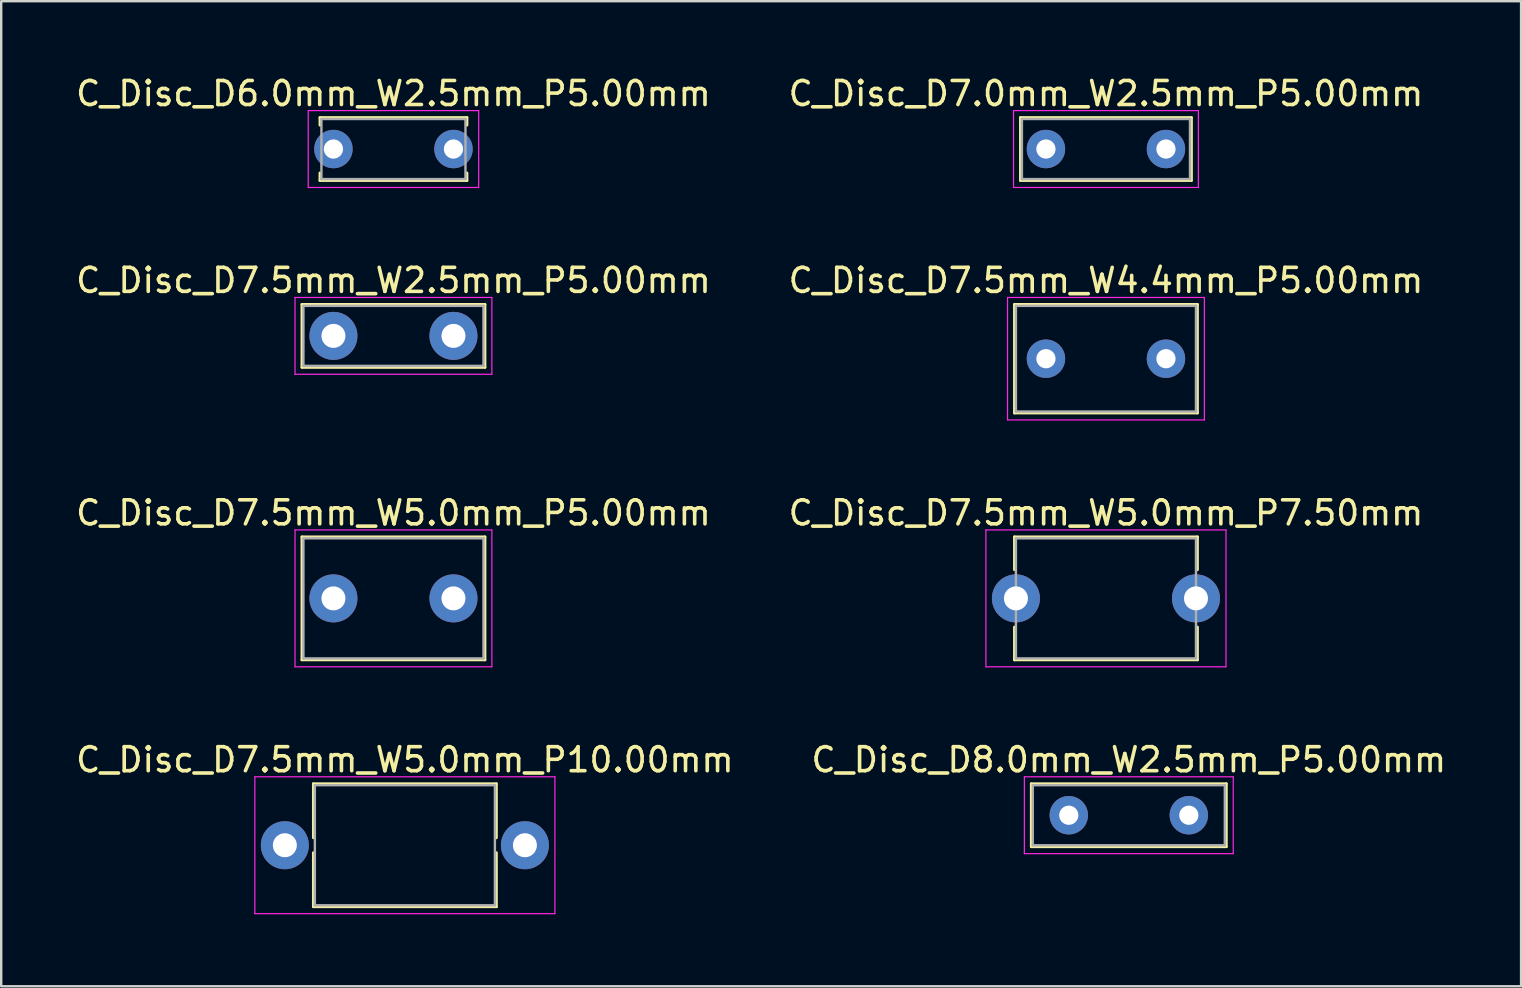
<source format=kicad_pcb>
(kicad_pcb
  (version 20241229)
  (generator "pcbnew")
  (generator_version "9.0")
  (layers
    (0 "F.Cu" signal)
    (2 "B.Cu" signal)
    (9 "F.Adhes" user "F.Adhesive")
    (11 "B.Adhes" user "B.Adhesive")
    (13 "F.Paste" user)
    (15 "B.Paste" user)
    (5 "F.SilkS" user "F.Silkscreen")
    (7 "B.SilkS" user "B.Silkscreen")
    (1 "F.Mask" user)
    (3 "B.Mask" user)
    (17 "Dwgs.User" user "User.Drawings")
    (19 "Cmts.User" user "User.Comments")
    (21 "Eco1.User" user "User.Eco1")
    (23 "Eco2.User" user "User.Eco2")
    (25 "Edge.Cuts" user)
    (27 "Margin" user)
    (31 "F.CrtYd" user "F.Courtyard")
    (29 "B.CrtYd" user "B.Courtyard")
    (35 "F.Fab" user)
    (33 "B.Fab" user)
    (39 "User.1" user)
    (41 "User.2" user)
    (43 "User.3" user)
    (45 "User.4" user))
  (footprint "C_Disc_D7.5mm_W5.0mm_P5.00mm"
    (layer "F.Cu")
    (at 10.839 21.875)
    (property "Reference" "C_Disc_D7.5mm_W5.0mm_P5.00mm" (at 2.5 -3.56 0) (layer "F.SilkS") (effects (font (size 1 1) (thickness 0.15))))
    (attr through_hole)
    (fp_line (start -1.31 -2.56) (end -1.31 2.56) (stroke (width 0.12) (type solid)) (layer "F.SilkS"))
    (fp_line (start -1.31 -2.56) (end 6.31 -2.56) (stroke (width 0.12) (type solid)) (layer "F.SilkS"))
    (fp_line (start -1.31 2.56) (end 6.31 2.56) (stroke (width 0.12) (type solid)) (layer "F.SilkS"))
    (fp_line (start 6.31 -2.56) (end 6.31 2.56) (stroke (width 0.12) (type solid)) (layer "F.SilkS"))
    (fp_line (start -1.6 -2.85) (end -1.6 2.85) (stroke (width 0.05) (type solid)) (layer "F.CrtYd"))
    (fp_line (start -1.6 2.85) (end 6.6 2.85) (stroke (width 0.05) (type solid)) (layer "F.CrtYd"))
    (fp_line (start 6.6 -2.85) (end -1.6 -2.85) (stroke (width 0.05) (type solid)) (layer "F.CrtYd"))
    (fp_line (start 6.6 2.85) (end 6.6 -2.85) (stroke (width 0.05) (type solid)) (layer "F.CrtYd"))
    (fp_line (start -1.25 -2.5) (end -1.25 2.5) (stroke (width 0.1) (type solid)) (layer "F.Fab"))
    (fp_line (start -1.25 2.5) (end 6.25 2.5) (stroke (width 0.1) (type solid)) (layer "F.Fab"))
    (fp_line (start 6.25 -2.5) (end -1.25 -2.5) (stroke (width 0.1) (type solid)) (layer "F.Fab"))
    (fp_line (start 6.25 2.5) (end 6.25 -2.5) (stroke (width 0.1) (type solid)) (layer "F.Fab"))
    (pad "1" thru_hole circle (at 0 0) (size 2 2) (drill 1) (layers "*.Cu" "*.Mask"))
    (pad "2" thru_hole circle (at 5 0) (size 2 2) (drill 1) (layers "*.Cu" "*.Mask")))
  (footprint "C_Disc_D6.0mm_W2.5mm_P5.00mm"
    (layer "F.Cu")
    (at 10.839 3.158)
    (property "Reference" "C_Disc_D6.0mm_W2.5mm_P5.00mm" (at 2.5 -2.31 0) (layer "F.SilkS") (effects (font (size 1 1) (thickness 0.15))))
    (attr through_hole)
    (fp_line (start -0.56 -1.31) (end -0.56 -0.996) (stroke (width 0.12) (type solid)) (layer "F.SilkS"))
    (fp_line (start -0.56 -1.31) (end 5.56 -1.31) (stroke (width 0.12) (type solid)) (layer "F.SilkS"))
    (fp_line (start -0.56 0.996) (end -0.56 1.31) (stroke (width 0.12) (type solid)) (layer "F.SilkS"))
    (fp_line (start -0.56 1.31) (end 5.56 1.31) (stroke (width 0.12) (type solid)) (layer "F.SilkS"))
    (fp_line (start 5.56 -1.31) (end 5.56 -0.996) (stroke (width 0.12) (type solid)) (layer "F.SilkS"))
    (fp_line (start 5.56 0.996) (end 5.56 1.31) (stroke (width 0.12) (type solid)) (layer "F.SilkS"))
    (fp_line (start -1.05 -1.6) (end -1.05 1.6) (stroke (width 0.05) (type solid)) (layer "F.CrtYd"))
    (fp_line (start -1.05 1.6) (end 6.05 1.6) (stroke (width 0.05) (type solid)) (layer "F.CrtYd"))
    (fp_line (start 6.05 -1.6) (end -1.05 -1.6) (stroke (width 0.05) (type solid)) (layer "F.CrtYd"))
    (fp_line (start 6.05 1.6) (end 6.05 -1.6) (stroke (width 0.05) (type solid)) (layer "F.CrtYd"))
    (fp_line (start -0.5 -1.25) (end -0.5 1.25) (stroke (width 0.1) (type solid)) (layer "F.Fab"))
    (fp_line (start -0.5 1.25) (end 5.5 1.25) (stroke (width 0.1) (type solid)) (layer "F.Fab"))
    (fp_line (start 5.5 -1.25) (end -0.5 -1.25) (stroke (width 0.1) (type solid)) (layer "F.Fab"))
    (fp_line (start 5.5 1.25) (end 5.5 -1.25) (stroke (width 0.1) (type solid)) (layer "F.Fab"))
    (pad "1" thru_hole circle (at 0 0) (size 1.6 1.6) (drill 0.8) (layers "*.Cu" "*.Mask"))
    (pad "2" thru_hole circle (at 5 0) (size 1.6 1.6) (drill 0.8) (layers "*.Cu" "*.Mask")))
  (footprint "C_Disc_D7.5mm_W2.5mm_P5.00mm"
    (layer "F.Cu")
    (at 10.839 10.941)
    (property "Reference" "C_Disc_D7.5mm_W2.5mm_P5.00mm" (at 2.5 -2.31 0) (layer "F.SilkS") (effects (font (size 1 1) (thickness 0.15))))
    (attr through_hole)
    (fp_line (start -1.31 -1.31) (end -1.31 1.31) (stroke (width 0.12) (type solid)) (layer "F.SilkS"))
    (fp_line (start -1.31 -1.31) (end 6.31 -1.31) (stroke (width 0.12) (type solid)) (layer "F.SilkS"))
    (fp_line (start -1.31 1.31) (end 6.31 1.31) (stroke (width 0.12) (type solid)) (layer "F.SilkS"))
    (fp_line (start 6.31 -1.31) (end 6.31 1.31) (stroke (width 0.12) (type solid)) (layer "F.SilkS"))
    (fp_line (start -1.6 -1.6) (end -1.6 1.6) (stroke (width 0.05) (type solid)) (layer "F.CrtYd"))
    (fp_line (start -1.6 1.6) (end 6.6 1.6) (stroke (width 0.05) (type solid)) (layer "F.CrtYd"))
    (fp_line (start 6.6 -1.6) (end -1.6 -1.6) (stroke (width 0.05) (type solid)) (layer "F.CrtYd"))
    (fp_line (start 6.6 1.6) (end 6.6 -1.6) (stroke (width 0.05) (type solid)) (layer "F.CrtYd"))
    (fp_line (start -1.25 -1.25) (end -1.25 1.25) (stroke (width 0.1) (type solid)) (layer "F.Fab"))
    (fp_line (start -1.25 1.25) (end 6.25 1.25) (stroke (width 0.1) (type solid)) (layer "F.Fab"))
    (fp_line (start 6.25 -1.25) (end -1.25 -1.25) (stroke (width 0.1) (type solid)) (layer "F.Fab"))
    (fp_line (start 6.25 1.25) (end 6.25 -1.25) (stroke (width 0.1) (type solid)) (layer "F.Fab"))
    (pad "1" thru_hole circle (at 0 0) (size 2 2) (drill 1) (layers "*.Cu" "*.Mask"))
    (pad "2" thru_hole circle (at 5 0) (size 2 2) (drill 1) (layers "*.Cu" "*.Mask")))
  (footprint "C_Disc_D7.0mm_W2.5mm_P5.00mm"
    (layer "F.Cu")
    (at 40.518 3.158)
    (property "Reference" "C_Disc_D7.0mm_W2.5mm_P5.00mm" (at 2.5 -2.31 0) (layer "F.SilkS") (effects (font (size 1 1) (thickness 0.15))))
    (attr through_hole)
    (fp_line (start -1.06 -1.31) (end -1.06 1.31) (stroke (width 0.12) (type solid)) (layer "F.SilkS"))
    (fp_line (start -1.06 -1.31) (end 6.06 -1.31) (stroke (width 0.12) (type solid)) (layer "F.SilkS"))
    (fp_line (start -1.06 1.31) (end 6.06 1.31) (stroke (width 0.12) (type solid)) (layer "F.SilkS"))
    (fp_line (start 6.06 -1.31) (end 6.06 1.31) (stroke (width 0.12) (type solid)) (layer "F.SilkS"))
    (fp_line (start -1.35 -1.6) (end -1.35 1.6) (stroke (width 0.05) (type solid)) (layer "F.CrtYd"))
    (fp_line (start -1.35 1.6) (end 6.35 1.6) (stroke (width 0.05) (type solid)) (layer "F.CrtYd"))
    (fp_line (start 6.35 -1.6) (end -1.35 -1.6) (stroke (width 0.05) (type solid)) (layer "F.CrtYd"))
    (fp_line (start 6.35 1.6) (end 6.35 -1.6) (stroke (width 0.05) (type solid)) (layer "F.CrtYd"))
    (fp_line (start -1 -1.25) (end -1 1.25) (stroke (width 0.1) (type solid)) (layer "F.Fab"))
    (fp_line (start -1 1.25) (end 6 1.25) (stroke (width 0.1) (type solid)) (layer "F.Fab"))
    (fp_line (start 6 -1.25) (end -1 -1.25) (stroke (width 0.1) (type solid)) (layer "F.Fab"))
    (fp_line (start 6 1.25) (end 6 -1.25) (stroke (width 0.1) (type solid)) (layer "F.Fab"))
    (pad "1" thru_hole circle (at 0 0) (size 1.6 1.6) (drill 0.8) (layers "*.Cu" "*.Mask"))
    (pad "2" thru_hole circle (at 5 0) (size 1.6 1.6) (drill 0.8) (layers "*.Cu" "*.Mask")))
  (footprint "C_Disc_D8.0mm_W2.5mm_P5.00mm"
    (layer "F.Cu")
    (at 41.47 30.908)
    (property "Reference" "C_Disc_D8.0mm_W2.5mm_P5.00mm" (at 2.5 -2.31 0) (layer "F.SilkS") (effects (font (size 1 1) (thickness 0.15))))
    (attr through_hole)
    (fp_line (start -1.56 -1.31) (end -1.56 1.31) (stroke (width 0.12) (type solid)) (layer "F.SilkS"))
    (fp_line (start -1.56 -1.31) (end 6.56 -1.31) (stroke (width 0.12) (type solid)) (layer "F.SilkS"))
    (fp_line (start -1.56 1.31) (end 6.56 1.31) (stroke (width 0.12) (type solid)) (layer "F.SilkS"))
    (fp_line (start 6.56 -1.31) (end 6.56 1.31) (stroke (width 0.12) (type solid)) (layer "F.SilkS"))
    (fp_line (start -1.85 -1.6) (end -1.85 1.6) (stroke (width 0.05) (type solid)) (layer "F.CrtYd"))
    (fp_line (start -1.85 1.6) (end 6.85 1.6) (stroke (width 0.05) (type solid)) (layer "F.CrtYd"))
    (fp_line (start 6.85 -1.6) (end -1.85 -1.6) (stroke (width 0.05) (type solid)) (layer "F.CrtYd"))
    (fp_line (start 6.85 1.6) (end 6.85 -1.6) (stroke (width 0.05) (type solid)) (layer "F.CrtYd"))
    (fp_line (start -1.5 -1.25) (end -1.5 1.25) (stroke (width 0.1) (type solid)) (layer "F.Fab"))
    (fp_line (start -1.5 1.25) (end 6.5 1.25) (stroke (width 0.1) (type solid)) (layer "F.Fab"))
    (fp_line (start 6.5 -1.25) (end -1.5 -1.25) (stroke (width 0.1) (type solid)) (layer "F.Fab"))
    (fp_line (start 6.5 1.25) (end 6.5 -1.25) (stroke (width 0.1) (type solid)) (layer "F.Fab"))
    (pad "1" thru_hole circle (at 0 0) (size 1.6 1.6) (drill 0.8) (layers "*.Cu" "*.Mask"))
    (pad "2" thru_hole circle (at 5 0) (size 1.6 1.6) (drill 0.8) (layers "*.Cu" "*.Mask")))
  (footprint "C_Disc_D7.5mm_W5.0mm_P10.00mm"
    (layer "F.Cu")
    (at 8.815 32.158)
    (property "Reference" "C_Disc_D7.5mm_W5.0mm_P10.00mm" (at 5 -3.56 0) (layer "F.SilkS") (effects (font (size 1 1) (thickness 0.15))))
    (attr through_hole)
    (fp_line (start 1.19 -2.56) (end 1.19 -0.311) (stroke (width 0.12) (type solid)) (layer "F.SilkS"))
    (fp_line (start 1.19 -2.56) (end 8.81 -2.56) (stroke (width 0.12) (type solid)) (layer "F.SilkS"))
    (fp_line (start 1.19 0.311) (end 1.19 2.56) (stroke (width 0.12) (type solid)) (layer "F.SilkS"))
    (fp_line (start 1.19 2.56) (end 8.81 2.56) (stroke (width 0.12) (type solid)) (layer "F.SilkS"))
    (fp_line (start 8.81 -2.56) (end 8.81 -0.311) (stroke (width 0.12) (type solid)) (layer "F.SilkS"))
    (fp_line (start 8.81 0.311) (end 8.81 2.56) (stroke (width 0.12) (type solid)) (layer "F.SilkS"))
    (fp_line (start -1.25 -2.85) (end -1.25 2.85) (stroke (width 0.05) (type solid)) (layer "F.CrtYd"))
    (fp_line (start -1.25 2.85) (end 11.25 2.85) (stroke (width 0.05) (type solid)) (layer "F.CrtYd"))
    (fp_line (start 11.25 -2.85) (end -1.25 -2.85) (stroke (width 0.05) (type solid)) (layer "F.CrtYd"))
    (fp_line (start 11.25 2.85) (end 11.25 -2.85) (stroke (width 0.05) (type solid)) (layer "F.CrtYd"))
    (fp_line (start 1.25 -2.5) (end 1.25 2.5) (stroke (width 0.1) (type solid)) (layer "F.Fab"))
    (fp_line (start 1.25 2.5) (end 8.75 2.5) (stroke (width 0.1) (type solid)) (layer "F.Fab"))
    (fp_line (start 8.75 -2.5) (end 1.25 -2.5) (stroke (width 0.1) (type solid)) (layer "F.Fab"))
    (fp_line (start 8.75 2.5) (end 8.75 -2.5) (stroke (width 0.1) (type solid)) (layer "F.Fab"))
    (pad "1" thru_hole circle (at 0 0) (size 2 2) (drill 1) (layers "*.Cu" "*.Mask"))
    (pad "2" thru_hole circle (at 10 0) (size 2 2) (drill 1) (layers "*.Cu" "*.Mask")))
  (footprint "C_Disc_D7.5mm_W5.0mm_P7.50mm"
    (layer "F.Cu")
    (at 39.268 21.875)
    (property "Reference" "C_Disc_D7.5mm_W5.0mm_P7.50mm" (at 3.75 -3.56 0) (layer "F.SilkS") (effects (font (size 1 1) (thickness 0.15))))
    (attr through_hole)
    (fp_line (start -0.06 -2.56) (end -0.06 -1.195) (stroke (width 0.12) (type solid)) (layer "F.SilkS"))
    (fp_line (start -0.06 -2.56) (end 7.56 -2.56) (stroke (width 0.12) (type solid)) (layer "F.SilkS"))
    (fp_line (start -0.06 1.195) (end -0.06 2.56) (stroke (width 0.12) (type solid)) (layer "F.SilkS"))
    (fp_line (start -0.06 2.56) (end 7.56 2.56) (stroke (width 0.12) (type solid)) (layer "F.SilkS"))
    (fp_line (start 7.56 -2.56) (end 7.56 -1.195) (stroke (width 0.12) (type solid)) (layer "F.SilkS"))
    (fp_line (start 7.56 1.195) (end 7.56 2.56) (stroke (width 0.12) (type solid)) (layer "F.SilkS"))
    (fp_line (start -1.25 -2.85) (end -1.25 2.85) (stroke (width 0.05) (type solid)) (layer "F.CrtYd"))
    (fp_line (start -1.25 2.85) (end 8.75 2.85) (stroke (width 0.05) (type solid)) (layer "F.CrtYd"))
    (fp_line (start 8.75 -2.85) (end -1.25 -2.85) (stroke (width 0.05) (type solid)) (layer "F.CrtYd"))
    (fp_line (start 8.75 2.85) (end 8.75 -2.85) (stroke (width 0.05) (type solid)) (layer "F.CrtYd"))
    (fp_line (start 0 -2.5) (end 0 2.5) (stroke (width 0.1) (type solid)) (layer "F.Fab"))
    (fp_line (start 0 2.5) (end 7.5 2.5) (stroke (width 0.1) (type solid)) (layer "F.Fab"))
    (fp_line (start 7.5 -2.5) (end 0 -2.5) (stroke (width 0.1) (type solid)) (layer "F.Fab"))
    (fp_line (start 7.5 2.5) (end 7.5 -2.5) (stroke (width 0.1) (type solid)) (layer "F.Fab"))
    (pad "1" thru_hole circle (at 0 0) (size 2 2) (drill 1) (layers "*.Cu" "*.Mask"))
    (pad "2" thru_hole circle (at 7.5 0) (size 2 2) (drill 1) (layers "*.Cu" "*.Mask")))
  (footprint "C_Disc_D7.5mm_W4.4mm_P5.00mm"
    (layer "F.Cu")
    (at 40.518 11.892)
    (property "Reference" "C_Disc_D7.5mm_W4.4mm_P5.00mm" (at 2.5 -3.26 0) (layer "F.SilkS") (effects (font (size 1 1) (thickness 0.15))))
    (attr through_hole)
    (fp_line (start -1.31 -2.26) (end -1.31 2.26) (stroke (width 0.12) (type solid)) (layer "F.SilkS"))
    (fp_line (start -1.31 -2.26) (end 6.31 -2.26) (stroke (width 0.12) (type solid)) (layer "F.SilkS"))
    (fp_line (start -1.31 2.26) (end 6.31 2.26) (stroke (width 0.12) (type solid)) (layer "F.SilkS"))
    (fp_line (start 6.31 -2.26) (end 6.31 2.26) (stroke (width 0.12) (type solid)) (layer "F.SilkS"))
    (fp_line (start -1.6 -2.55) (end -1.6 2.55) (stroke (width 0.05) (type solid)) (layer "F.CrtYd"))
    (fp_line (start -1.6 2.55) (end 6.6 2.55) (stroke (width 0.05) (type solid)) (layer "F.CrtYd"))
    (fp_line (start 6.6 -2.55) (end -1.6 -2.55) (stroke (width 0.05) (type solid)) (layer "F.CrtYd"))
    (fp_line (start 6.6 2.55) (end 6.6 -2.55) (stroke (width 0.05) (type solid)) (layer "F.CrtYd"))
    (fp_line (start -1.25 -2.2) (end -1.25 2.2) (stroke (width 0.1) (type solid)) (layer "F.Fab"))
    (fp_line (start -1.25 2.2) (end 6.25 2.2) (stroke (width 0.1) (type solid)) (layer "F.Fab"))
    (fp_line (start 6.25 -2.2) (end -1.25 -2.2) (stroke (width 0.1) (type solid)) (layer "F.Fab"))
    (fp_line (start 6.25 2.2) (end 6.25 -2.2) (stroke (width 0.1) (type solid)) (layer "F.Fab"))
    (pad "1" thru_hole circle (at 0 0) (size 1.6 1.6) (drill 0.8) (layers "*.Cu" "*.Mask"))
    (pad "2" thru_hole circle (at 5 0) (size 1.6 1.6) (drill 0.8) (layers "*.Cu" "*.Mask")))
  (gr_rect
    (start -3 -3)
    (end 60.31 38.033)
    (stroke (width 0.1) (type default))
    (fill no)
    (layer "Edge.Cuts")))
</source>
